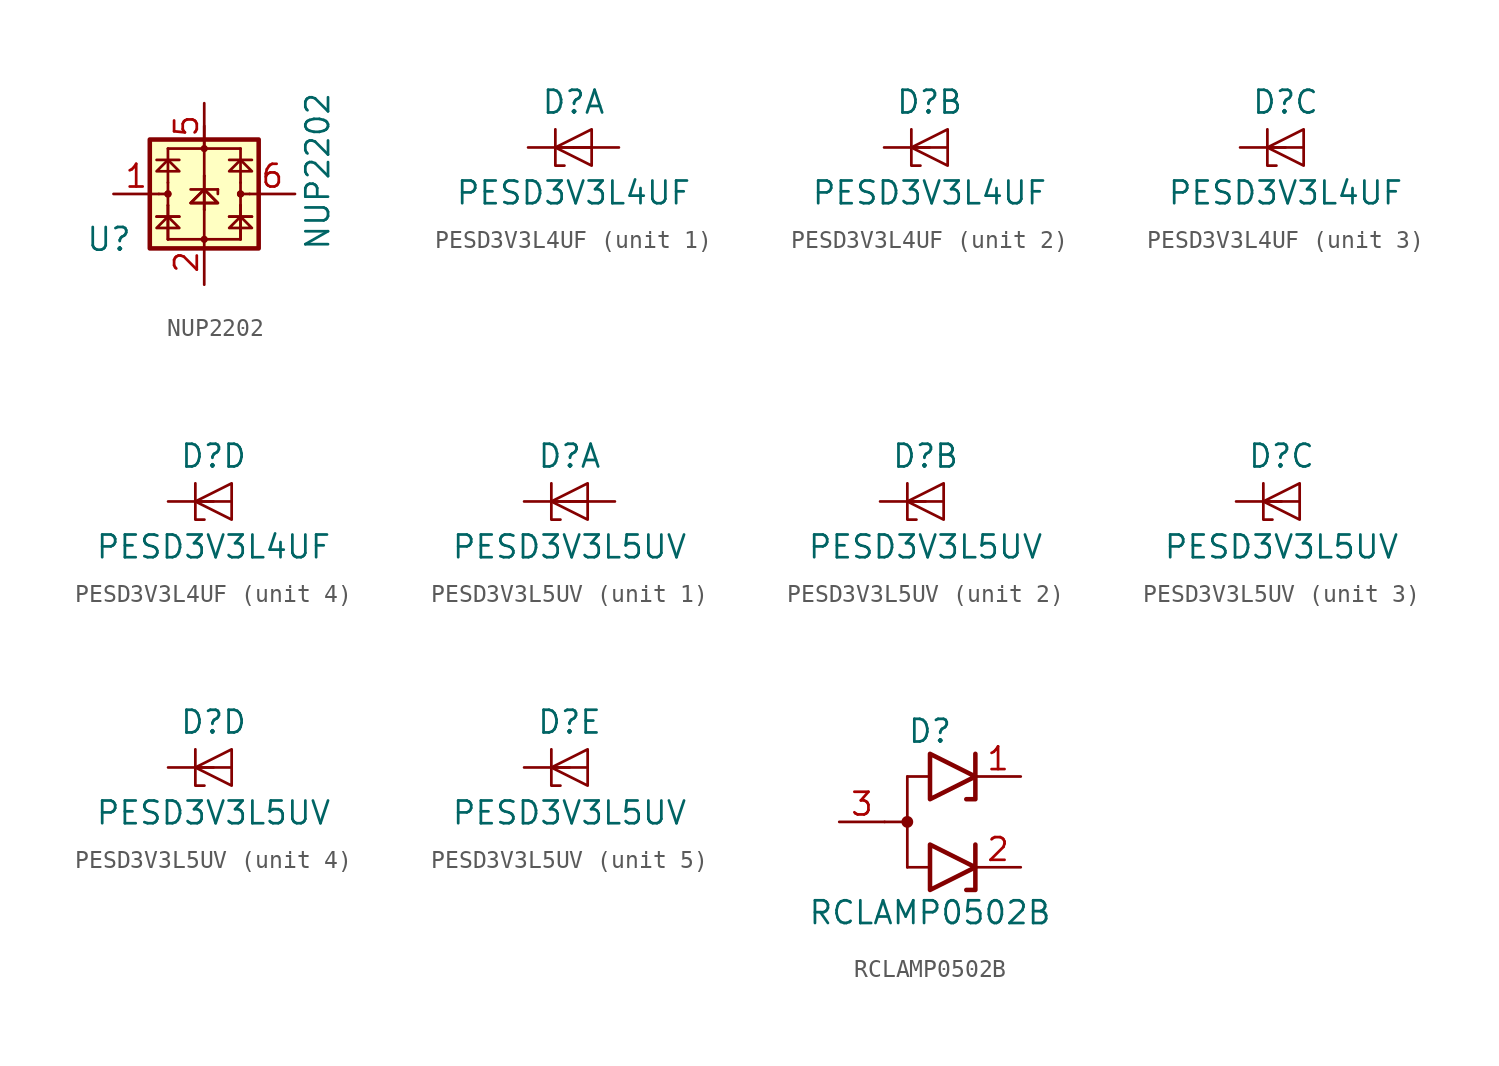
<source format=kicad_sym>
(kicad_symbol_lib
  (version 20211014)
  (generator kicad_symbol_editor)
  (symbol "NUP2202"
    (property "Reference" "U"
      (at -5.334 -2.54 0)
      (effects (font (size 1.27 1.27))))
    (property "Value" "NUP2202"
      (at 6.35 1.27 90)
      (effects (font (size 1.27 1.27))))
    (symbol "NUP2202_0_1"
      (rectangle (start -3.048 3.048) (end 3.048 -3.048) (stroke (width 0.254) (type default) (color 0 0 0 0)) (fill (type background)))
      (circle (center -2.032 0) (radius 0.127) (stroke (width 0) (type default) (color 0 0 0 0)) (fill (type none)))
      (circle (center -2.032 0) (radius 0.127) (stroke (width 0) (type default) (color 0 0 0 0)) (fill (type none)))
      (circle (center 0 -2.54) (radius 0.127) (stroke (width 0) (type default) (color 0 0 0 0)) (fill (type none)))
      (polyline (pts (xy -2.667 -1.27) (xy -1.397 -1.27)) (stroke (width 0) (type default) (color 0 0 0 0)) (fill (type none)))
      (polyline (pts (xy -2.667 -1.27) (xy -1.397 -1.27)) (stroke (width 0) (type default) (color 0 0 0 0)) (fill (type none)))
      (polyline (pts (xy -2.667 1.905) (xy -1.397 1.905)) (stroke (width 0) (type default) (color 0 0 0 0)) (fill (type none)))
      (polyline (pts (xy -2.54 0) (xy -2.032 0)) (stroke (width 0) (type default) (color 0 0 0 0)) (fill (type none)))
      (polyline (pts (xy -2.032 -2.54) (xy -2.032 -0.635)) (stroke (width 0) (type default) (color 0 0 0 0)) (fill (type none)))
      (polyline (pts (xy -2.032 -2.54) (xy -2.032 -0.635)) (stroke (width 0) (type default) (color 0 0 0 0)) (fill (type none)))
      (polyline (pts (xy -2.032 0.635) (xy -2.032 -0.635)) (stroke (width 0) (type default) (color 0 0 0 0)) (fill (type none)))
      (polyline (pts (xy -2.032 0.635) (xy -2.032 2.54)) (stroke (width 0) (type default) (color 0 0 0 0)) (fill (type none)))
      (polyline (pts (xy -2.032 2.54) (xy 2.032 2.54)) (stroke (width 0) (type default) (color 0 0 0 0)) (fill (type none)))
      (polyline (pts (xy -0.762 0.254) (xy 0.762 0.254)) (stroke (width 0) (type default) (color 0 0 0 0)) (fill (type none)))
      (polyline (pts (xy 0 -0.889) (xy 0 -2.54)) (stroke (width 0) (type default) (color 0 0 0 0)) (fill (type none)))
      (polyline (pts (xy 0 -0.889) (xy 0 1.016)) (stroke (width 0) (type default) (color 0 0 0 0)) (fill (type none)))
      (polyline (pts (xy 0 -0.889) (xy 0 1.016)) (stroke (width 0) (type default) (color 0 0 0 0)) (fill (type none)))
      (polyline (pts (xy 0 1.016) (xy 0 3.81)) (stroke (width 0) (type default) (color 0 0 0 0)) (fill (type none)))
      (polyline (pts (xy 0.762 0) (xy 0.762 0.254)) (stroke (width 0) (type default) (color 0 0 0 0)) (fill (type none)))
      (polyline (pts (xy 1.397 -1.27) (xy 2.667 -1.27)) (stroke (width 0) (type default) (color 0 0 0 0)) (fill (type none)))
      (polyline (pts (xy 1.397 -1.27) (xy 2.667 -1.27)) (stroke (width 0) (type default) (color 0 0 0 0)) (fill (type none)))
      (polyline (pts (xy 1.397 1.905) (xy 2.667 1.905)) (stroke (width 0) (type default) (color 0 0 0 0)) (fill (type none)))
      (polyline (pts (xy 2.032 -2.54) (xy -2.032 -2.54)) (stroke (width 0) (type default) (color 0 0 0 0)) (fill (type none)))
      (polyline (pts (xy 2.032 -2.54) (xy 2.032 -0.635)) (stroke (width 0) (type default) (color 0 0 0 0)) (fill (type none)))
      (polyline (pts (xy 2.032 -2.54) (xy 2.032 -0.635)) (stroke (width 0) (type default) (color 0 0 0 0)) (fill (type none)))
      (polyline (pts (xy 2.032 0) (xy 2.54 0)) (stroke (width 0) (type default) (color 0 0 0 0)) (fill (type none)))
      (polyline (pts (xy 2.032 0.635) (xy 2.032 -0.635)) (stroke (width 0) (type default) (color 0 0 0 0)) (fill (type none)))
      (polyline (pts (xy 2.032 0.635) (xy 2.032 2.54)) (stroke (width 0) (type default) (color 0 0 0 0)) (fill (type none)))
      (polyline (pts (xy -2.667 -1.905) (xy -1.397 -1.905) (xy -2.032 -1.27) (xy -2.667 -1.905)) (stroke (width 0) (type default) (color 0 0 0 0)) (fill (type none)))
      (polyline (pts (xy -2.667 1.27) (xy -1.397 1.27) (xy -2.032 1.905) (xy -2.667 1.27)) (stroke (width 0) (type default) (color 0 0 0 0)) (fill (type none)))
      (polyline (pts (xy -0.762 -0.508) (xy 0.762 -0.508) (xy 0 0.254) (xy -0.762 -0.508)) (stroke (width 0) (type default) (color 0 0 0 0)) (fill (type none)))
      (polyline (pts (xy -0.762 -0.508) (xy 0.762 -0.508) (xy 0 0.254) (xy -0.762 -0.508)) (stroke (width 0) (type default) (color 0 0 0 0)) (fill (type none)))
      (polyline (pts (xy 1.397 -1.905) (xy 2.667 -1.905) (xy 2.032 -1.27) (xy 1.397 -1.905)) (stroke (width 0) (type default) (color 0 0 0 0)) (fill (type none)))
      (polyline (pts (xy 1.397 1.27) (xy 2.667 1.27) (xy 2.032 1.905) (xy 1.397 1.27)) (stroke (width 0) (type default) (color 0 0 0 0)) (fill (type none)))
      (circle (center 0 2.54) (radius 0.127) (stroke (width 0) (type default) (color 0 0 0 0)) (fill (type none)))
      (circle (center 2.032 0) (radius 0.127) (stroke (width 0) (type default) (color 0 0 0 0)) (fill (type none)))
      (circle (center 2.032 0) (radius 0.127) (stroke (width 0) (type default) (color 0 0 0 0)) (fill (type none))))
    (symbol "NUP2202_1_1"
      (pin passive line (at -5.08 0 0) (length 2.54) (name "~" (effects (font (size 1.27 1.27)))) (number "1" (effects (font (size 1.27 1.27)))))
      (pin passive line (at 0 -5.08 90) (length 2.54) (name "~" (effects (font (size 1.27 1.27)))) (number "2" (effects (font (size 1.27 1.27)))))
      (pin no_connect line (at 0 -2.54 90) (length 2.54) hide (name "~" (effects (font (size 1.27 1.27)))) (number "3" (effects (font (size 1.27 1.27)))))
      (pin no_connect line (at 0 2.54 270) (length 2.54) hide (name "~" (effects (font (size 1.27 1.27)))) (number "4" (effects (font (size 1.27 1.27)))))
      (pin passive line (at 0 5.08 270) (length 2.54) (name "~" (effects (font (size 1.27 1.27)))) (number "5" (effects (font (size 1.27 1.27)))))
      (pin passive line (at 5.08 0 180) (length 2.54) (name "~" (effects (font (size 1.27 1.27)))) (number "6" (effects (font (size 1.27 1.27)))))))
  (symbol "PESD3V3L4UF"
    (pin_numbers hide)
    (pin_names hide)
    (property "Reference" "D"
      (at 0 2.54 0)
      (effects (font (size 1.27 1.27))))
    (property "Value" "PESD3V3L4UF"
      (at 0 -2.54 0)
      (effects (font (size 1.27 1.27))))
    (property "ki_locked" ""
      (at 0 0 0)
      (effects (font (size 1.27 1.27))))
    (symbol "PESD3V3L4UF_0_1"
      (polyline (pts (xy -1.016 0) (xy 1.016 0)) (stroke (width 0) (type default) (color 0 0 0 0)) (fill (type none)))
      (polyline (pts (xy -1.016 1.016) (xy -1.016 -1.016) (xy -0.508 -1.016)) (stroke (width 0) (type default) (color 0 0 0 0)) (fill (type none)))
      (polyline (pts (xy 1.016 1.016) (xy -1.016 0) (xy 1.016 -1.016) (xy 1.016 1.016)) (stroke (width 0) (type default) (color 0 0 0 0)) (fill (type none))))
    (symbol "PESD3V3L4UF_1_1"
      (pin passive line (at -2.54 0 0) (length 2.54) (name "K1" (effects (font (size 1.27 1.27)))) (number "1" (effects (font (size 1.27 1.27)))))
      (pin passive line (at 2.54 0 180) (length 2.54) (name "A" (effects (font (size 1.27 1.27)))) (number "2" (effects (font (size 1.27 1.27)))))
      (pin passive line (at 2.54 0 180) (length 2.54) hide (name "A" (effects (font (size 1.27 1.27)))) (number "5" (effects (font (size 1.27 1.27))))))
    (symbol "PESD3V3L4UF_2_1"
      (pin passive line (at -2.54 0 0) (length 2.54) (name "K2" (effects (font (size 1.27 1.27)))) (number "3" (effects (font (size 1.27 1.27))))))
    (symbol "PESD3V3L4UF_3_1"
      (pin passive line (at -2.54 0 0) (length 2.54) (name "K3" (effects (font (size 1.27 1.27)))) (number "4" (effects (font (size 1.27 1.27))))))
    (symbol "PESD3V3L4UF_4_1"
      (pin passive line (at -2.54 0 0) (length 2.54) (name "K4" (effects (font (size 1.27 1.27)))) (number "6" (effects (font (size 1.27 1.27)))))))
  (symbol "PESD3V3L5UV"
    (pin_numbers hide)
    (pin_names hide)
    (property "Reference" "D"
      (at 0 2.54 0)
      (effects (font (size 1.27 1.27))))
    (property "Value" "PESD3V3L5UV"
      (at 0 -2.54 0)
      (effects (font (size 1.27 1.27))))
    (property "ki_locked" ""
      (at 0 0 0)
      (effects (font (size 1.27 1.27))))
    (symbol "PESD3V3L5UV_0_1"
      (polyline (pts (xy -1.016 0) (xy 1.016 0)) (stroke (width 0) (type default) (color 0 0 0 0)) (fill (type none)))
      (polyline (pts (xy -1.016 1.016) (xy -1.016 -1.016) (xy -0.508 -1.016)) (stroke (width 0) (type default) (color 0 0 0 0)) (fill (type none)))
      (polyline (pts (xy 1.016 1.016) (xy -1.016 0) (xy 1.016 -1.016) (xy 1.016 1.016)) (stroke (width 0) (type default) (color 0 0 0 0)) (fill (type none))))
    (symbol "PESD3V3L5UV_1_1"
      (pin passive line (at -2.54 0 0) (length 2.54) (name "K1" (effects (font (size 1.27 1.27)))) (number "1" (effects (font (size 1.27 1.27)))))
      (pin passive line (at 2.54 0 180) (length 2.54) (name "A" (effects (font (size 1.27 1.27)))) (number "2" (effects (font (size 1.27 1.27))))))
    (symbol "PESD3V3L5UV_2_1"
      (pin passive line (at -2.54 0 0) (length 2.54) (name "K2" (effects (font (size 1.27 1.27)))) (number "3" (effects (font (size 1.27 1.27))))))
    (symbol "PESD3V3L5UV_3_1"
      (pin passive line (at -2.54 0 0) (length 2.54) (name "K3" (effects (font (size 1.27 1.27)))) (number "4" (effects (font (size 1.27 1.27))))))
    (symbol "PESD3V3L5UV_4_1"
      (pin passive line (at -2.54 0 0) (length 2.54) (name "K4" (effects (font (size 1.27 1.27)))) (number "5" (effects (font (size 1.27 1.27))))))
    (symbol "PESD3V3L5UV_5_1"
      (pin passive line (at -2.54 0 0) (length 2.54) (name "K5" (effects (font (size 1.27 1.27)))) (number "6" (effects (font (size 1.27 1.27)))))))
  (symbol "RCLAMP0502B"
    (pin_names hide)
    (property "Reference" "D"
      (at 0 5.08 0)
      (effects (font (size 1.27 1.27))))
    (property "Value" "RCLAMP0502B"
      (at 0 -5.08 0)
      (effects (font (size 1.27 1.27))))
    (symbol "RCLAMP0502B_0_1"
      (polyline (pts (xy -2.54 0) (xy -1.27 0)) (stroke (width 0) (type default) (color 0 0 0 0)) (fill (type none)))
      (polyline (pts (xy -1.27 2.54) (xy -1.27 -2.54)) (stroke (width 0) (type default) (color 0 0 0 0)) (fill (type none)))
      (polyline (pts (xy 0 2.54) (xy -1.27 2.54)) (stroke (width 0.152) (type default) (color 0 0 0 0)) (fill (type none)))
      (polyline (pts (xy 2.54 3.81) (xy 2.54 1.27) (xy 2.032 1.27)) (stroke (width 0.254) (type default) (color 0 0 0 0)) (fill (type none)))
      (polyline (pts (xy 0 1.27) (xy 0 3.81) (xy 2.54 2.54) (xy 0 1.27)) (stroke (width 0.254) (type default) (color 0 0 0 0)) (fill (type none)))
      (pin passive line (at -5.08 0 0) (length 2.54) (name "A" (effects (font (size 1.27 1.27)))) (number "3" (effects (font (size 1.27 1.27))))))
    (symbol "RCLAMP0502B_1_1"
      (circle (center -1.27 0) (radius 0.254) (stroke (width 0) (type default) (color 0 0 0 0)) (fill (type outline)))
      (polyline (pts (xy 0 -2.54) (xy -1.27 -2.54)) (stroke (width 0.152) (type default) (color 0 0 0 0)) (fill (type none)))
      (polyline (pts (xy 2.54 -1.27) (xy 2.54 -3.81) (xy 2.032 -3.81)) (stroke (width 0.254) (type default) (color 0 0 0 0)) (fill (type none)))
      (polyline (pts (xy 0 -3.81) (xy 0 -1.27) (xy 2.54 -2.54) (xy 0 -3.81)) (stroke (width 0.254) (type default) (color 0 0 0 0)) (fill (type none)))
      (pin passive line (at 5.08 2.54 180) (length 2.54) (name "K1" (effects (font (size 1.27 1.27)))) (number "1" (effects (font (size 1.27 1.27)))))
      (pin passive line (at 5.08 -2.54 180) (length 2.54) (name "K2" (effects (font (size 1.27 1.27)))) (number "2" (effects (font (size 1.27 1.27))))))))
</source>
